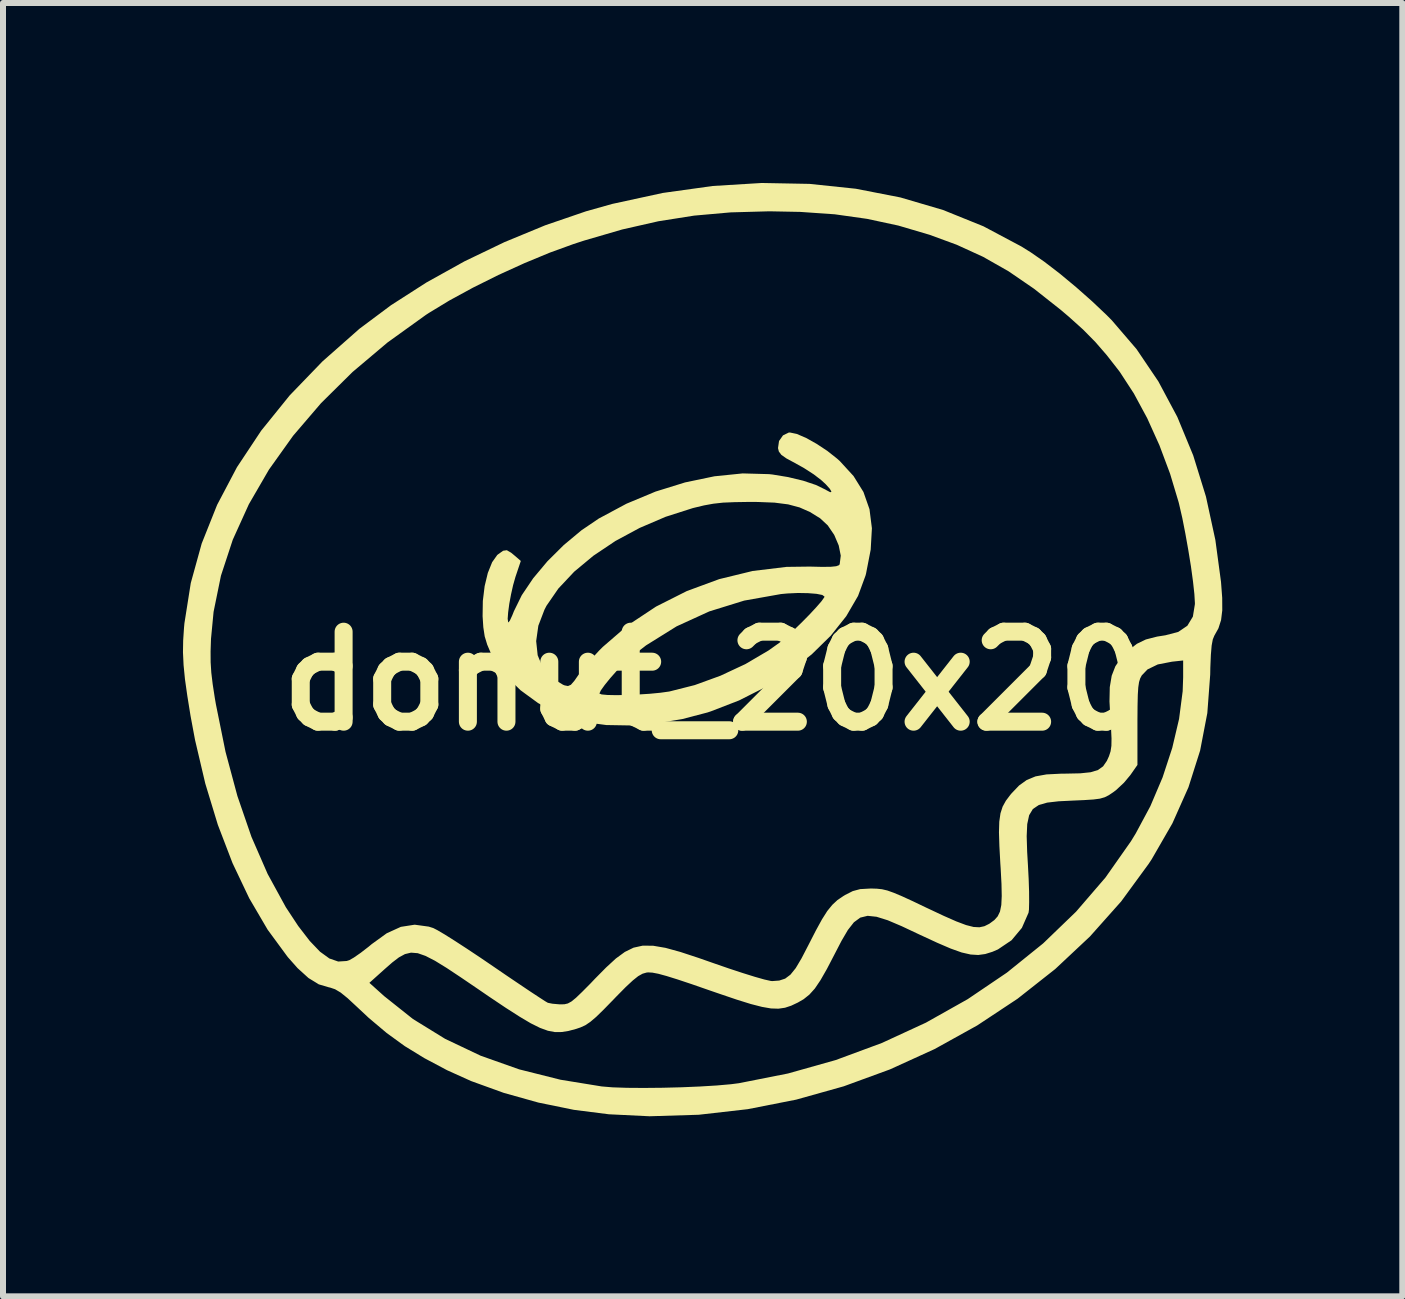
<source format=kicad_pcb>
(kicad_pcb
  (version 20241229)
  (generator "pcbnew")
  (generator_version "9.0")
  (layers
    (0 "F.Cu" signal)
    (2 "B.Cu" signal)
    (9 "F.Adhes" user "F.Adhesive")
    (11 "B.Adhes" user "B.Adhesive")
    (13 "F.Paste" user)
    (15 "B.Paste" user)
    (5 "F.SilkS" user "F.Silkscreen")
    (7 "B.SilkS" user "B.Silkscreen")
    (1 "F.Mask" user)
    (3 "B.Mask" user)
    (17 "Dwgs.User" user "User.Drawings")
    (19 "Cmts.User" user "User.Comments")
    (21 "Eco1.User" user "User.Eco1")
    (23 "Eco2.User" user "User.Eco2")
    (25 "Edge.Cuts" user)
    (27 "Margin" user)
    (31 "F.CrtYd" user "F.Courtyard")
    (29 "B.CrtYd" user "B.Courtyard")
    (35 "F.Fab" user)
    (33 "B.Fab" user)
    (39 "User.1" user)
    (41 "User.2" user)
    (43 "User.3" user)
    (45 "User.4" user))
  (footprint "donut_20x20"
    (layer "F.Cu")
    (at 8.856 8.301)
    (property "Reference" "donut_20x20" (at 0 0 0) (layer "F.SilkS") (effects (font (size 1.5 1.5) (thickness 0.3))))
    (attr board_only exclude_from_pos_files exclude_from_bom)
    (fp_poly (pts (xy 1.375 -4.118) (xy 1.529 -4.052) (xy 1.704 -3.954) (xy 1.883 -3.836) (xy 2.046 -3.707) (xy 2.092 -3.666) (xy 2.321 -3.416) (xy 2.486 -3.151) (xy 2.587 -2.863) (xy 2.627 -2.546) (xy 2.607 -2.19) (xy 2.529 -1.788) (xy 2.521 -1.758) (xy 2.396 -1.418) (xy 2.2 -1.081) (xy 1.941 -0.755) (xy 1.625 -0.445) (xy 1.26 -0.157) (xy 0.854 0.101) (xy 0.413 0.324) (xy -0.055 0.505) (xy -0.115 0.525) (xy -0.536 0.635) (xy -0.969 0.707) (xy -1.397 0.741) (xy -1.801 0.734) (xy -2.163 0.686) (xy -2.265 0.662) (xy -2.61 0.541) (xy -2.937 0.368) (xy -3.155 0.209) (xy -1.915 0.209) (xy -1.878 0.224) (xy -1.78 0.233) (xy -1.635 0.236) (xy -1.459 0.233) (xy -1.267 0.225) (xy -1.076 0.213) (xy -0.9 0.196) (xy -0.756 0.176) (xy -0.741 0.173) (xy -0.326 0.068) (xy 0.103 -0.088) (xy 0.52 -0.283) (xy 0.901 -0.507) (xy 1.089 -0.64) (xy 1.195 -0.729) (xy 1.322 -0.845) (xy 1.457 -0.976) (xy 1.588 -1.109) (xy 1.702 -1.232) (xy 1.788 -1.331) (xy 1.833 -1.395) (xy 1.837 -1.407) (xy 1.8 -1.434) (xy 1.703 -1.453) (xy 1.563 -1.464) (xy 1.395 -1.467) (xy 1.217 -1.459) (xy 1.111 -1.449) (xy 0.498 -1.34) (xy -0.083 -1.16) (xy -0.628 -0.911) (xy -1.137 -0.594) (xy -1.416 -0.378) (xy -1.514 -0.287) (xy -1.624 -0.172) (xy -1.733 -0.049) (xy -1.827 0.067) (xy -1.892 0.158) (xy -1.915 0.209) (xy -3.155 0.209) (xy -3.231 0.153) (xy -3.481 -0.093) (xy -3.671 -0.359) (xy -3.721 -0.455) (xy -3.786 -0.608) (xy -3.803 -0.665) (xy -2.969 -0.665) (xy -2.944 -0.429) (xy -2.859 -0.223) (xy -2.718 -0.056) (xy -2.522 0.062) (xy -2.495 0.073) (xy -2.439 0.084) (xy -2.39 0.063) (xy -2.332 -0.004) (xy -2.27 -0.093) (xy -2.181 -0.212) (xy -2.056 -0.359) (xy -1.917 -0.51) (xy -1.86 -0.567) (xy -1.441 -0.929) (xy -0.97 -1.241) (xy -0.458 -1.499) (xy 0.082 -1.698) (xy 0.64 -1.834) (xy 1.204 -1.902) (xy 1.591 -1.907) (xy 1.801 -1.902) (xy 1.944 -1.904) (xy 2.032 -1.913) (xy 2.078 -1.93) (xy 2.09 -1.946) (xy 2.108 -2.089) (xy 2.074 -2.259) (xy 1.999 -2.435) (xy 1.891 -2.594) (xy 1.764 -2.712) (xy 1.594 -2.817) (xy 1.422 -2.893) (xy 1.231 -2.944) (xy 1.004 -2.973) (xy 0.724 -2.984) (xy 0.586 -2.985) (xy 0.338 -2.981) (xy 0.145 -2.973) (xy -0.017 -2.955) (xy -0.171 -2.927) (xy -0.342 -2.886) (xy -0.361 -2.881) (xy -0.811 -2.737) (xy -1.243 -2.552) (xy -1.648 -2.334) (xy -2.015 -2.088) (xy -2.335 -1.822) (xy -2.599 -1.541) (xy -2.797 -1.254) (xy -2.831 -1.188) (xy -2.933 -0.921) (xy -2.969 -0.665) (xy -3.803 -0.665) (xy -3.827 -0.744) (xy -3.85 -0.896) (xy -3.862 -1.08) (xy -3.858 -1.335) (xy -3.828 -1.581) (xy -3.775 -1.801) (xy -3.703 -1.98) (xy -3.618 -2.1) (xy -3.603 -2.112) (xy -3.52 -2.171) (xy -3.458 -2.18) (xy -3.386 -2.138) (xy -3.334 -2.095) (xy -3.225 -2.001) (xy -3.315 -1.733) (xy -3.353 -1.599) (xy -3.388 -1.444) (xy -3.417 -1.287) (xy -3.436 -1.145) (xy -3.444 -1.037) (xy -3.436 -0.981) (xy -3.43 -0.977) (xy -3.406 -1.01) (xy -3.367 -1.095) (xy -3.34 -1.163) (xy -3.209 -1.43) (xy -3.019 -1.712) (xy -2.781 -1.996) (xy -2.508 -2.267) (xy -2.214 -2.512) (xy -1.925 -2.708) (xy -1.464 -2.955) (xy -0.98 -3.157) (xy -0.487 -3.31) (xy 0.002 -3.412) (xy 0.473 -3.46) (xy 0.912 -3.448) (xy 0.968 -3.442) (xy 1.23 -3.399) (xy 1.48 -3.339) (xy 1.695 -3.267) (xy 1.855 -3.189) (xy 1.864 -3.183) (xy 1.934 -3.146) (xy 1.953 -3.156) (xy 1.926 -3.203) (xy 1.857 -3.28) (xy 1.783 -3.348) (xy 1.658 -3.444) (xy 1.497 -3.548) (xy 1.343 -3.634) (xy 1.202 -3.71) (xy 1.118 -3.769) (xy 1.076 -3.825) (xy 1.062 -3.882) (xy 1.079 -4) (xy 1.145 -4.094) (xy 1.241 -4.141) (xy 1.261 -4.142)) (stroke (width 0) (type solid)) (fill yes) (layer "F.SilkS"))
    (fp_poly (pts (xy 1.587 -8.286) (xy 2.359 -8.205) (xy 3.102 -8.06) (xy 3.813 -7.851) (xy 4.486 -7.579) (xy 5.118 -7.243) (xy 5.275 -7.145) (xy 5.5 -6.989) (xy 5.758 -6.791) (xy 6.03 -6.565) (xy 6.297 -6.329) (xy 6.54 -6.099) (xy 6.627 -6.011) (xy 7.038 -5.532) (xy 7.402 -4.993) (xy 7.718 -4.401) (xy 7.983 -3.759) (xy 8.195 -3.074) (xy 8.352 -2.35) (xy 8.446 -1.652) (xy 8.466 -1.385) (xy 8.467 -1.178) (xy 8.447 -1.015) (xy 8.403 -0.878) (xy 8.335 -0.756) (xy 8.309 -0.693) (xy 8.29 -0.591) (xy 8.277 -0.437) (xy 8.268 -0.221) (xy 8.266 -0.108) (xy 8.218 0.534) (xy 8.098 1.159) (xy 7.904 1.77) (xy 7.636 2.372) (xy 7.292 2.969) (xy 7.24 3.048) (xy 6.782 3.674) (xy 6.261 4.259) (xy 5.683 4.801) (xy 5.055 5.296) (xy 4.383 5.741) (xy 3.672 6.135) (xy 2.928 6.474) (xy 2.157 6.756) (xy 1.365 6.978) (xy 0.557 7.137) (xy -0.259 7.23) (xy -1.08 7.255) (xy -1.758 7.222) (xy -2.34 7.148) (xy -2.932 7.027) (xy -3.51 6.865) (xy -4.054 6.668) (xy -4.455 6.487) (xy -4.833 6.286) (xy -5.161 6.085) (xy -5.461 5.867) (xy -5.759 5.616) (xy -5.959 5.429) (xy -6.112 5.287) (xy -6.228 5.193) (xy -6.321 5.138) (xy -6.404 5.11) (xy -6.424 5.106) (xy -6.593 5.056) (xy -6.633 5.031) (xy -5.749 5.031) (xy -5.502 5.253) (xy -5.023 5.634) (xy -4.486 5.965) (xy -3.894 6.246) (xy -3.253 6.473) (xy -2.564 6.646) (xy -1.876 6.758) (xy -1.696 6.773) (xy -1.456 6.781) (xy -1.173 6.783) (xy -0.864 6.78) (xy -0.547 6.772) (xy -0.24 6.759) (xy 0.041 6.742) (xy 0.278 6.721) (xy 0.41 6.704) (xy 1.229 6.542) (xy 2.024 6.318) (xy 2.792 6.034) (xy 3.527 5.695) (xy 4.224 5.303) (xy 4.877 4.861) (xy 5.481 4.374) (xy 6.03 3.845) (xy 6.52 3.276) (xy 6.945 2.671) (xy 7.025 2.54) (xy 7.268 2.087) (xy 7.472 1.607) (xy 7.633 1.116) (xy 7.747 0.632) (xy 7.807 0.17) (xy 7.815 -0.061) (xy 7.815 -0.342) (xy 7.63 -0.322) (xy 7.392 -0.276) (xy 7.221 -0.193) (xy 7.125 -0.093) (xy 7.099 -0.044) (xy 7.08 0.018) (xy 7.067 0.105) (xy 7.059 0.231) (xy 7.055 0.408) (xy 7.053 0.647) (xy 7.053 0.708) (xy 7.053 1.399) (xy 6.935 1.568) (xy 6.827 1.697) (xy 6.695 1.82) (xy 6.648 1.855) (xy 6.575 1.904) (xy 6.507 1.938) (xy 6.427 1.961) (xy 6.319 1.975) (xy 6.165 1.985) (xy 5.983 1.993) (xy 5.739 2.005) (xy 5.549 2.027) (xy 5.409 2.067) (xy 5.31 2.134) (xy 5.248 2.237) (xy 5.216 2.385) (xy 5.207 2.586) (xy 5.215 2.851) (xy 5.228 3.071) (xy 5.24 3.301) (xy 5.247 3.512) (xy 5.248 3.687) (xy 5.245 3.811) (xy 5.238 3.862) (xy 5.127 4.115) (xy 4.955 4.321) (xy 4.728 4.474) (xy 4.635 4.514) (xy 4.516 4.551) (xy 4.399 4.567) (xy 4.272 4.559) (xy 4.123 4.525) (xy 3.941 4.46) (xy 3.715 4.363) (xy 3.432 4.232) (xy 3.419 4.226) (xy 3.126 4.088) (xy 2.891 3.988) (xy 2.705 3.93) (xy 2.556 3.914) (xy 2.433 3.944) (xy 2.327 4.022) (xy 2.226 4.151) (xy 2.12 4.332) (xy 2.006 4.552) (xy 1.877 4.8) (xy 1.77 4.987) (xy 1.676 5.126) (xy 1.585 5.227) (xy 1.489 5.304) (xy 1.392 5.36) (xy 1.282 5.412) (xy 1.179 5.446) (xy 1.07 5.462) (xy 0.945 5.458) (xy 0.795 5.432) (xy 0.608 5.384) (xy 0.374 5.311) (xy 0.082 5.212) (xy -0.075 5.158) (xy -0.377 5.053) (xy -0.614 4.974) (xy -0.797 4.917) (xy -0.933 4.88) (xy -1.032 4.861) (xy -1.103 4.857) (xy -1.13 4.86) (xy -1.196 4.879) (xy -1.269 4.92) (xy -1.359 4.992) (xy -1.478 5.103) (xy -1.636 5.263) (xy -1.68 5.309) (xy -1.845 5.478) (xy -1.969 5.599) (xy -2.067 5.682) (xy -2.15 5.738) (xy -2.232 5.775) (xy -2.303 5.799) (xy -2.43 5.833) (xy -2.545 5.851) (xy -2.656 5.852) (xy -2.773 5.83) (xy -2.905 5.782) (xy -3.06 5.705) (xy -3.247 5.594) (xy -3.475 5.448) (xy -3.754 5.261) (xy -3.923 5.145) (xy -4.22 4.943) (xy -4.461 4.783) (xy -4.656 4.663) (xy -4.814 4.582) (xy -4.943 4.537) (xy -5.055 4.528) (xy -5.156 4.552) (xy -5.257 4.607) (xy -5.367 4.691) (xy -5.495 4.803) (xy -5.526 4.831) (xy -5.749 5.031) (xy -6.633 5.031) (xy -6.764 4.951) (xy -6.946 4.786) (xy -7.11 4.601) (xy -7.445 4.145) (xy -7.752 3.621) (xy -8.03 3.036) (xy -8.275 2.397) (xy -8.484 1.71) (xy -8.655 0.983) (xy -8.73 0.581) (xy -8.784 0.246) (xy -8.823 -0.03) (xy -8.846 -0.264) (xy -8.856 -0.473) (xy -8.856 -0.493) (xy -8.396 -0.493) (xy -8.395 -0.313) (xy -8.384 -0.139) (xy -8.361 0.052) (xy -8.325 0.286) (xy -8.307 0.39) (xy -8.147 1.18) (xy -7.949 1.917) (xy -7.715 2.597) (xy -7.445 3.216) (xy -7.142 3.77) (xy -6.935 4.084) (xy -6.743 4.333) (xy -6.572 4.512) (xy -6.416 4.625) (xy -6.269 4.676) (xy -6.127 4.667) (xy -6.083 4.653) (xy -6.008 4.61) (xy -5.894 4.531) (xy -5.762 4.429) (xy -5.709 4.385) (xy -5.46 4.205) (xy -5.225 4.098) (xy -4.994 4.062) (xy -4.76 4.094) (xy -4.684 4.118) (xy -4.614 4.154) (xy -4.49 4.227) (xy -4.322 4.333) (xy -4.122 4.463) (xy -3.898 4.612) (xy -3.688 4.755) (xy -3.457 4.913) (xy -3.245 5.056) (xy -3.062 5.179) (xy -2.916 5.275) (xy -2.817 5.339) (xy -2.774 5.364) (xy -2.699 5.379) (xy -2.586 5.389) (xy -2.56 5.39) (xy -2.497 5.388) (xy -2.441 5.375) (xy -2.381 5.342) (xy -2.305 5.28) (xy -2.203 5.182) (xy -2.062 5.04) (xy -1.989 4.963) (xy -1.802 4.774) (xy -1.64 4.625) (xy -1.491 4.516) (xy -1.346 4.445) (xy -1.192 4.411) (xy -1.018 4.413) (xy -0.813 4.448) (xy -0.566 4.516) (xy -0.265 4.615) (xy -0.005 4.706) (xy 0.244 4.792) (xy 0.475 4.868) (xy 0.677 4.931) (xy 0.836 4.976) (xy 0.939 4.999) (xy 0.965 5.002) (xy 1.083 4.993) (xy 1.181 4.961) (xy 1.269 4.895) (xy 1.357 4.786) (xy 1.454 4.623) (xy 1.567 4.405) (xy 1.693 4.159) (xy 1.795 3.973) (xy 1.883 3.834) (xy 1.967 3.731) (xy 2.053 3.651) (xy 2.152 3.584) (xy 2.18 3.567) (xy 2.308 3.502) (xy 2.431 3.469) (xy 2.587 3.46) (xy 2.618 3.459) (xy 2.711 3.462) (xy 2.795 3.471) (xy 2.885 3.492) (xy 2.991 3.53) (xy 3.129 3.588) (xy 3.31 3.671) (xy 3.548 3.785) (xy 3.555 3.788) (xy 3.823 3.914) (xy 4.034 4.007) (xy 4.196 4.068) (xy 4.322 4.1) (xy 4.42 4.105) (xy 4.503 4.087) (xy 4.581 4.048) (xy 4.593 4.04) (xy 4.669 3.984) (xy 4.724 3.922) (xy 4.762 3.843) (xy 4.784 3.734) (xy 4.791 3.585) (xy 4.787 3.383) (xy 4.773 3.118) (xy 4.768 3.046) (xy 4.752 2.752) (xy 4.745 2.522) (xy 4.75 2.345) (xy 4.77 2.206) (xy 4.806 2.094) (xy 4.86 1.996) (xy 4.934 1.898) (xy 4.954 1.874) (xy 5.08 1.742) (xy 5.208 1.65) (xy 5.354 1.59) (xy 5.537 1.557) (xy 5.775 1.545) (xy 5.862 1.544) (xy 6.099 1.539) (xy 6.272 1.521) (xy 6.394 1.484) (xy 6.48 1.423) (xy 6.543 1.332) (xy 6.579 1.253) (xy 6.605 1.173) (xy 6.619 1.081) (xy 6.621 0.959) (xy 6.613 0.789) (xy 6.603 0.64) (xy 6.587 0.34) (xy 6.592 0.102) (xy 6.624 -0.088) (xy 6.685 -0.245) (xy 6.779 -0.384) (xy 6.909 -0.516) (xy 7.044 -0.62) (xy 7.193 -0.692) (xy 7.38 -0.74) (xy 7.519 -0.762) (xy 7.733 -0.818) (xy 7.885 -0.921) (xy 7.977 -1.073) (xy 8.01 -1.276) (xy 8.011 -1.297) (xy 8.002 -1.45) (xy 7.979 -1.66) (xy 7.945 -1.91) (xy 7.901 -2.181) (xy 7.852 -2.456) (xy 7.801 -2.716) (xy 7.749 -2.942) (xy 7.739 -2.982) (xy 7.597 -3.455) (xy 7.42 -3.928) (xy 7.216 -4.38) (xy 6.993 -4.793) (xy 6.761 -5.149) (xy 6.74 -5.177) (xy 6.541 -5.432) (xy 6.351 -5.651) (xy 6.147 -5.858) (xy 5.908 -6.073) (xy 5.77 -6.19) (xy 5.328 -6.539) (xy 4.905 -6.829) (xy 4.481 -7.07) (xy 4.039 -7.272) (xy 3.59 -7.437) (xy 3.068 -7.591) (xy 2.547 -7.703) (xy 2.008 -7.779) (xy 1.432 -7.819) (xy 0.918 -7.829) (xy 0.273 -7.811) (xy -0.336 -7.757) (xy -0.932 -7.663) (xy -1.535 -7.526) (xy -2.17 -7.341) (xy -2.345 -7.284) (xy -2.739 -7.141) (xy -3.164 -6.965) (xy -3.599 -6.767) (xy -4.023 -6.556) (xy -4.416 -6.342) (xy -4.757 -6.135) (xy -4.806 -6.103) (xy -5.446 -5.643) (xy -6.029 -5.151) (xy -6.555 -4.631) (xy -7.02 -4.088) (xy -7.422 -3.525) (xy -7.758 -2.946) (xy -8.026 -2.355) (xy -8.223 -1.756) (xy -8.346 -1.153) (xy -8.389 -0.703) (xy -8.396 -0.493) (xy -8.856 -0.493) (xy -8.853 -0.675) (xy -8.839 -0.886) (xy -8.832 -0.962) (xy -8.726 -1.633) (xy -8.544 -2.292) (xy -8.287 -2.936) (xy -7.956 -3.564) (xy -7.552 -4.173) (xy -7.077 -4.761) (xy -6.531 -5.327) (xy -5.917 -5.869) (xy -5.916 -5.87) (xy -5.388 -6.264) (xy -4.799 -6.642) (xy -4.164 -6.995) (xy -3.498 -7.315) (xy -2.818 -7.596) (xy -2.138 -7.829) (xy -1.701 -7.952) (xy -0.858 -8.135) (xy -0.026 -8.251) (xy 0.79 -8.301)) (stroke (width 0) (type solid)) (fill yes) (layer "F.SilkS")))
  (gr_rect
    (start -3 -3)
    (end 20.324 18.557)
    (stroke (width 0.1) (type default))
    (fill no)
    (layer "Edge.Cuts")))
</source>
